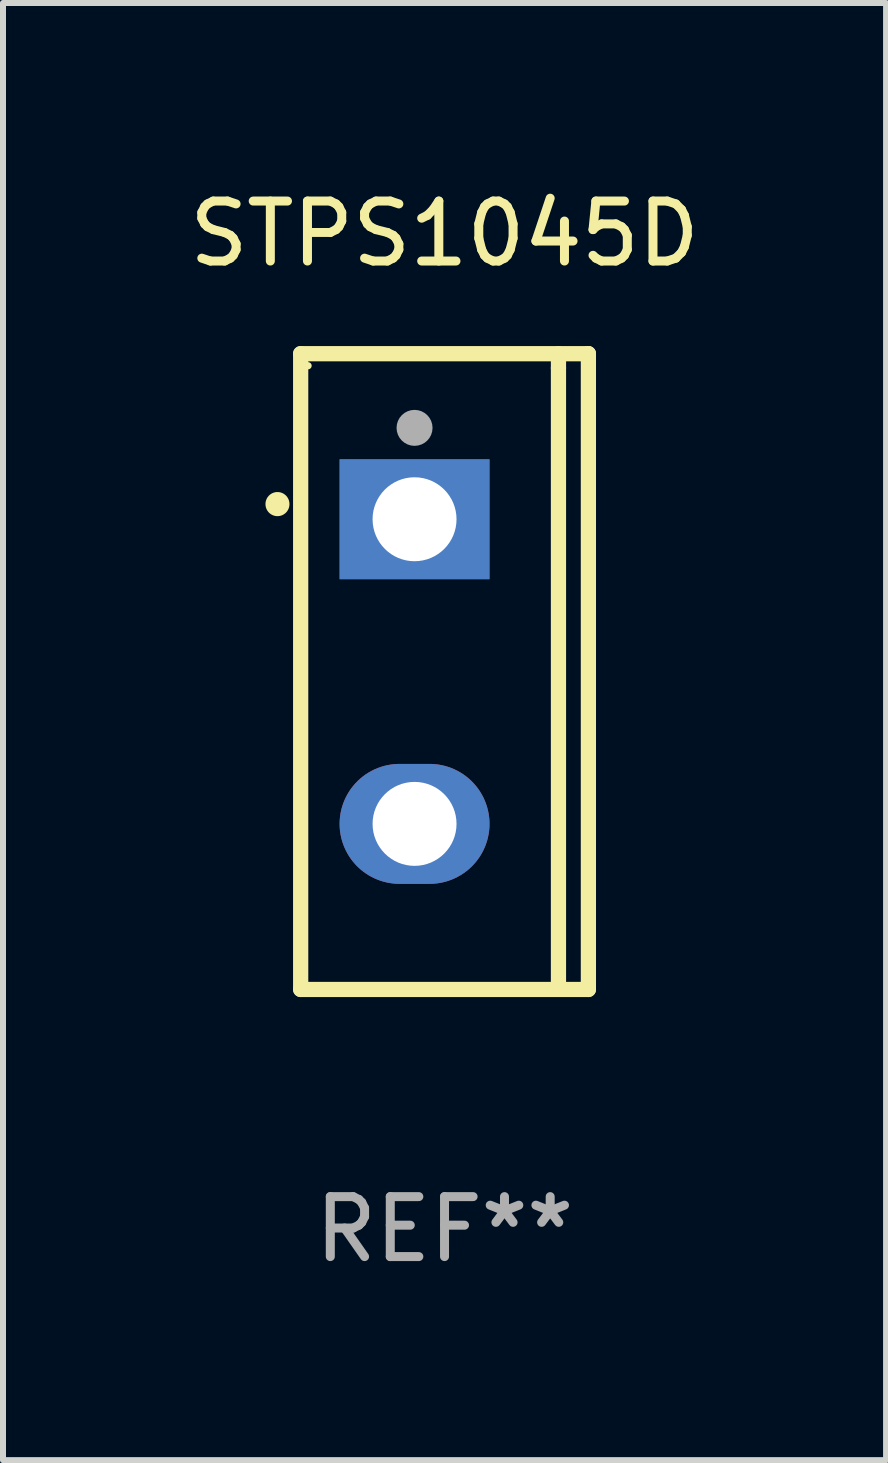
<source format=kicad_pcb>
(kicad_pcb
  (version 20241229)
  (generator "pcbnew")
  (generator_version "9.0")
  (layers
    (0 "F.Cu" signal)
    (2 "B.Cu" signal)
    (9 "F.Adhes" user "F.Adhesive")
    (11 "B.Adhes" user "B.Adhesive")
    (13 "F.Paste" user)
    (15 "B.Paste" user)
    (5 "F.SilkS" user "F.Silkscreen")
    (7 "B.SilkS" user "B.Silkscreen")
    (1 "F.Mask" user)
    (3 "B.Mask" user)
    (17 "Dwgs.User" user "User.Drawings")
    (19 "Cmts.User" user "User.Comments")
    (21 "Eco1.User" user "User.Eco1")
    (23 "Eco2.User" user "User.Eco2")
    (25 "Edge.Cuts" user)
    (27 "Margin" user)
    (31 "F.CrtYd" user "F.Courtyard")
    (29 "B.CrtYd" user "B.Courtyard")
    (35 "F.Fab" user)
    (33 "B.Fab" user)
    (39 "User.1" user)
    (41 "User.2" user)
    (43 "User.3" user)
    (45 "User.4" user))
  (footprint "STPS1045D"
    (layer "F.Cu")
    (at 4.363 8.149)
    (property "Reference" "STPS1045D" (at 0 -7.301 0) (layer "F.SilkS") (effects (font (size 1 1) (thickness 0.15))))
    (attr through_hole)
    (fp_line (start -2.399 -5.301) (end 2.394 -5.301) (stroke (width 0.254) (type solid)) (layer "F.SilkS"))
    (fp_line (start -2.399 5.301) (end -2.399 -5.301) (stroke (width 0.254) (type solid)) (layer "F.SilkS"))
    (fp_line (start 1.9 -5.061) (end 1.9 -5.3) (stroke (width 0.254) (type solid)) (layer "F.SilkS"))
    (fp_line (start 1.9 5.3) (end 1.9 -5.061) (stroke (width 0.254) (type solid)) (layer "F.SilkS"))
    (fp_line (start 2.394 -5.301) (end 2.399 -5.301) (stroke (width 0.254) (type solid)) (layer "F.SilkS"))
    (fp_line (start 2.399 -5.301) (end 2.399 5.301) (stroke (width 0.254) (type solid)) (layer "F.SilkS"))
    (fp_line (start 2.399 5.301) (end -2.399 5.301) (stroke (width 0.254) (type solid)) (layer "F.SilkS"))
    (fp_arc (start -2.786043 -2.791466) (mid -2.786047 -2.792736) (end -2.786043 -2.794006) (stroke (width 0.4) (type solid)) (layer "F.SilkS"))
    (fp_circle (center -2.275 -5.1) (end -2.245 -5.1) (stroke (width 0.06) (type solid)) (fill no) (layer "F.SilkS"))
    (fp_circle (center -0.5 -4.064) (end -0.35 -4.064) (stroke (width 0.3) (type solid)) (fill no) (layer "F.Fab"))
    (fp_text user "REF**" (at 0 9.301 0) (layer "F.Fab") (effects (font (size 1 1) (thickness 0.15))))
    (pad "1" thru_hole rect (at -0.5 -2.54 270) (size 2 2.5) (drill 1.4) (layers "*.Cu" "*.Mask"))
    (pad "3" thru_hole oval (at -0.5 2.54 270) (size 2 2.5) (drill 1.4) (layers "*.Cu" "*.Mask")))
  (gr_rect
    (start -3 -3)
    (end 11.726 21.299)
    (stroke (width 0.1) (type default))
    (fill no)
    (layer "Edge.Cuts")))
</source>
